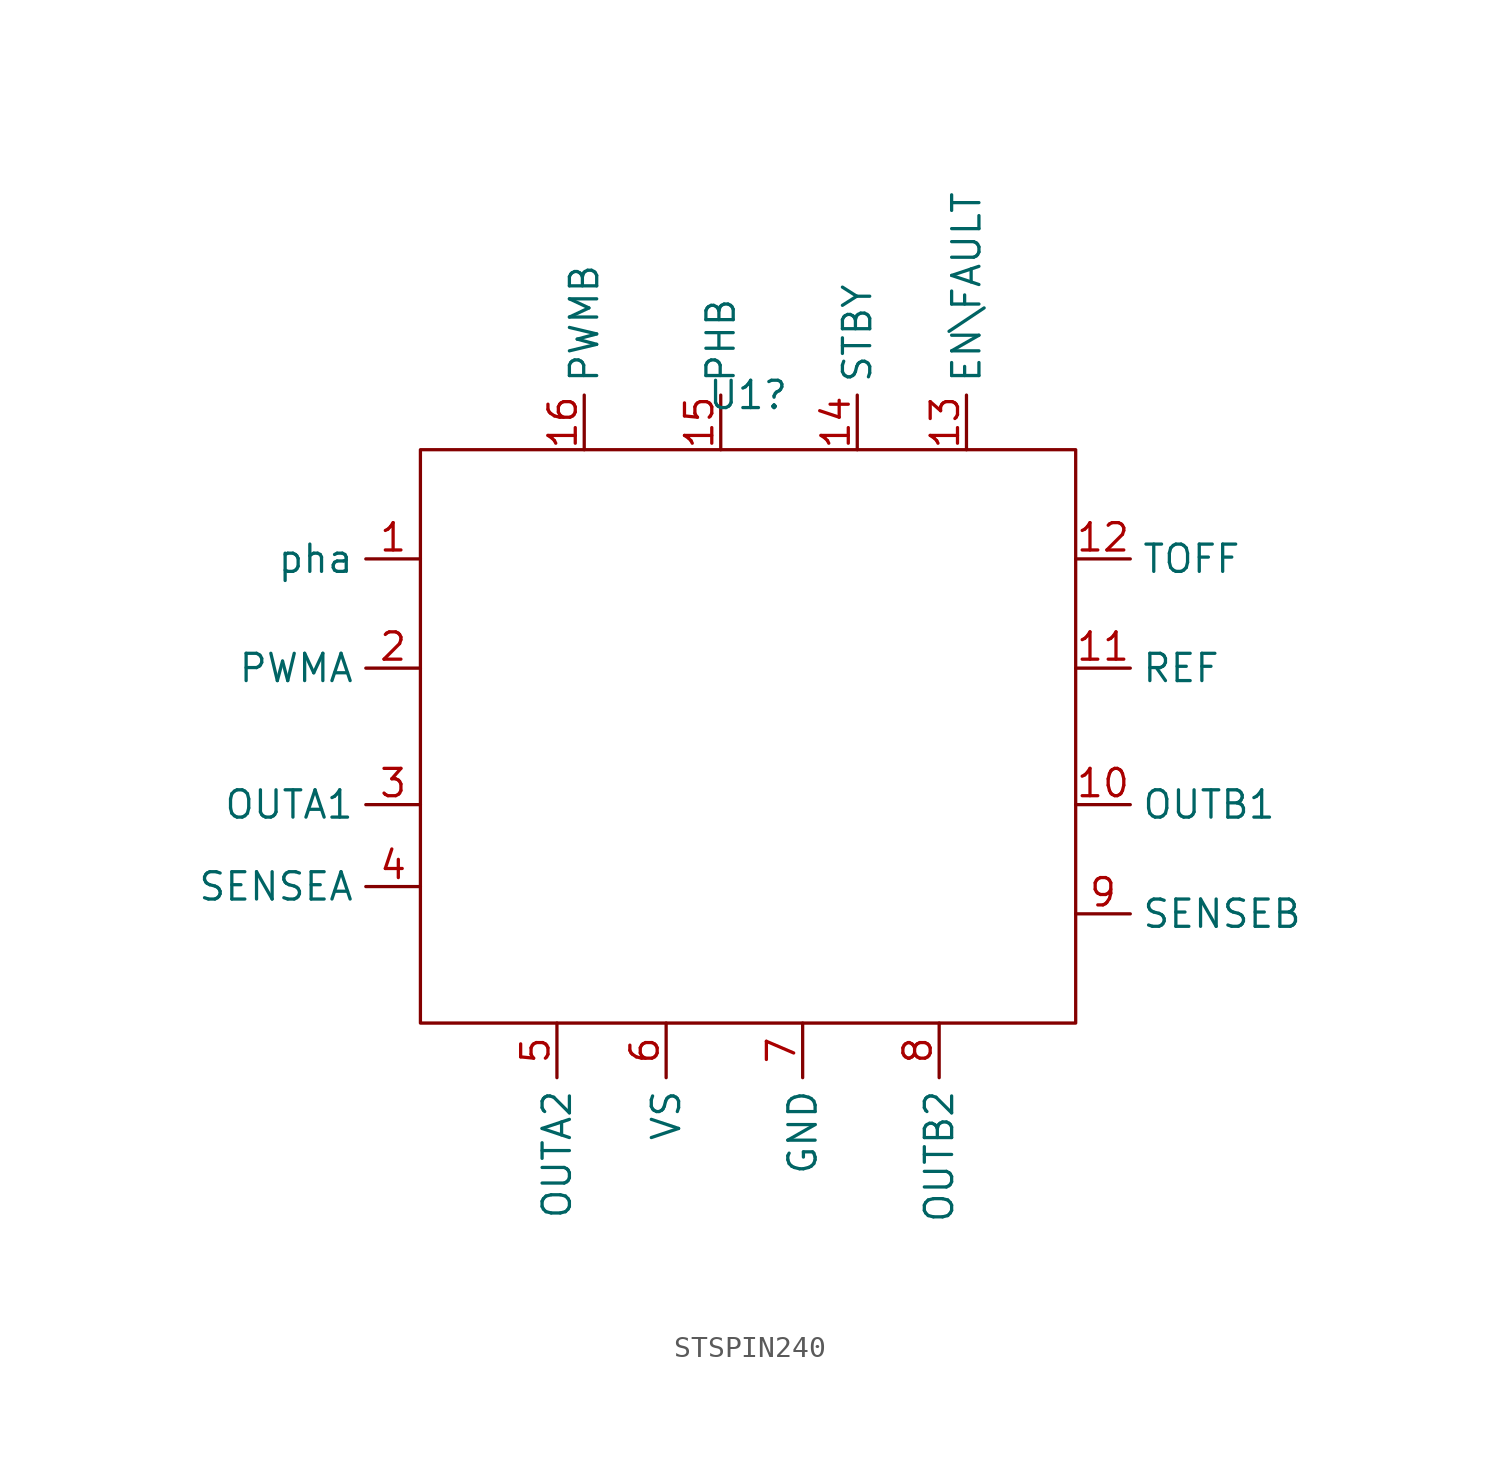
<source format=kicad_sym>
(kicad_symbol_lib
  (version 20220914)
  (generator kicad_symbol_editor)
  (symbol "STSPIN240"
    (property "Reference" "U1"
      (at 0 15.24 0)
      (effects (font (size 1.27 1.27))))
    (symbol "STSPIN240_0_1"
      (rectangle (start -15.24 12.7) (end 15.24 -13.97) (stroke (width 0) (type default)) (fill (type none))))
    (symbol "STSPIN240_1_1"
      (pin input line (at -15.24 7.62 180) (length 2.54) (name "pha" (effects (font (size 1.27 1.27)))) (number "1" (effects (font (size 1.27 1.27)))))
      (pin power_out line (at 15.24 -3.81 0) (length 2.54) (name "OUTB1" (effects (font (size 1.27 1.27)))) (number "10" (effects (font (size 1.27 1.27)))))
      (pin input line (at 15.24 2.54 0) (length 2.54) (name "REF" (effects (font (size 1.27 1.27)))) (number "11" (effects (font (size 1.27 1.27)))))
      (pin input line (at 15.24 7.62 0) (length 2.54) (name "TOFF" (effects (font (size 1.27 1.27)))) (number "12" (effects (font (size 1.27 1.27)))))
      (pin input line (at 10.16 12.7 90) (length 2.54) (name "EN\\FAULT" (effects (font (size 1.27 1.27)))) (number "13" (effects (font (size 1.27 1.27)))))
      (pin input line (at 5.08 12.7 90) (length 2.54) (name "STBY" (effects (font (size 1.27 1.27)))) (number "14" (effects (font (size 1.27 1.27)))))
      (pin input line (at -1.27 12.7 90) (length 2.54) (name "PHB" (effects (font (size 1.27 1.27)))) (number "15" (effects (font (size 1.27 1.27)))))
      (pin input line (at -7.62 12.7 90) (length 2.54) (name "PWMB" (effects (font (size 1.27 1.27)))) (number "16" (effects (font (size 1.27 1.27)))))
      (pin input line (at -15.24 2.54 180) (length 2.54) (name "PWMA" (effects (font (size 1.27 1.27)))) (number "2" (effects (font (size 1.27 1.27)))))
      (pin power_out line (at -15.24 -3.81 180) (length 2.54) (name "OUTA1" (effects (font (size 1.27 1.27)))) (number "3" (effects (font (size 1.27 1.27)))))
      (pin power_out line (at -15.24 -7.62 180) (length 2.54) (name "SENSEA" (effects (font (size 1.27 1.27)))) (number "4" (effects (font (size 1.27 1.27)))))
      (pin power_out line (at -8.89 -13.97 270) (length 2.54) (name "OUTA2" (effects (font (size 1.27 1.27)))) (number "5" (effects (font (size 1.27 1.27)))))
      (pin output line (at -3.81 -13.97 270) (length 2.54) (name "VS" (effects (font (size 1.27 1.27)))) (number "6" (effects (font (size 1.27 1.27)))))
      (pin power_out line (at 2.54 -13.97 270) (length 2.54) (name "GND" (effects (font (size 1.27 1.27)))) (number "7" (effects (font (size 1.27 1.27)))))
      (pin power_out line (at 8.89 -13.97 270) (length 2.54) (name "OUTB2" (effects (font (size 1.27 1.27)))) (number "8" (effects (font (size 1.27 1.27)))))
      (pin power_out line (at 15.24 -8.89 0) (length 2.54) (name "SENSEB" (effects (font (size 1.27 1.27)))) (number "9" (effects (font (size 1.27 1.27))))))))
</source>
